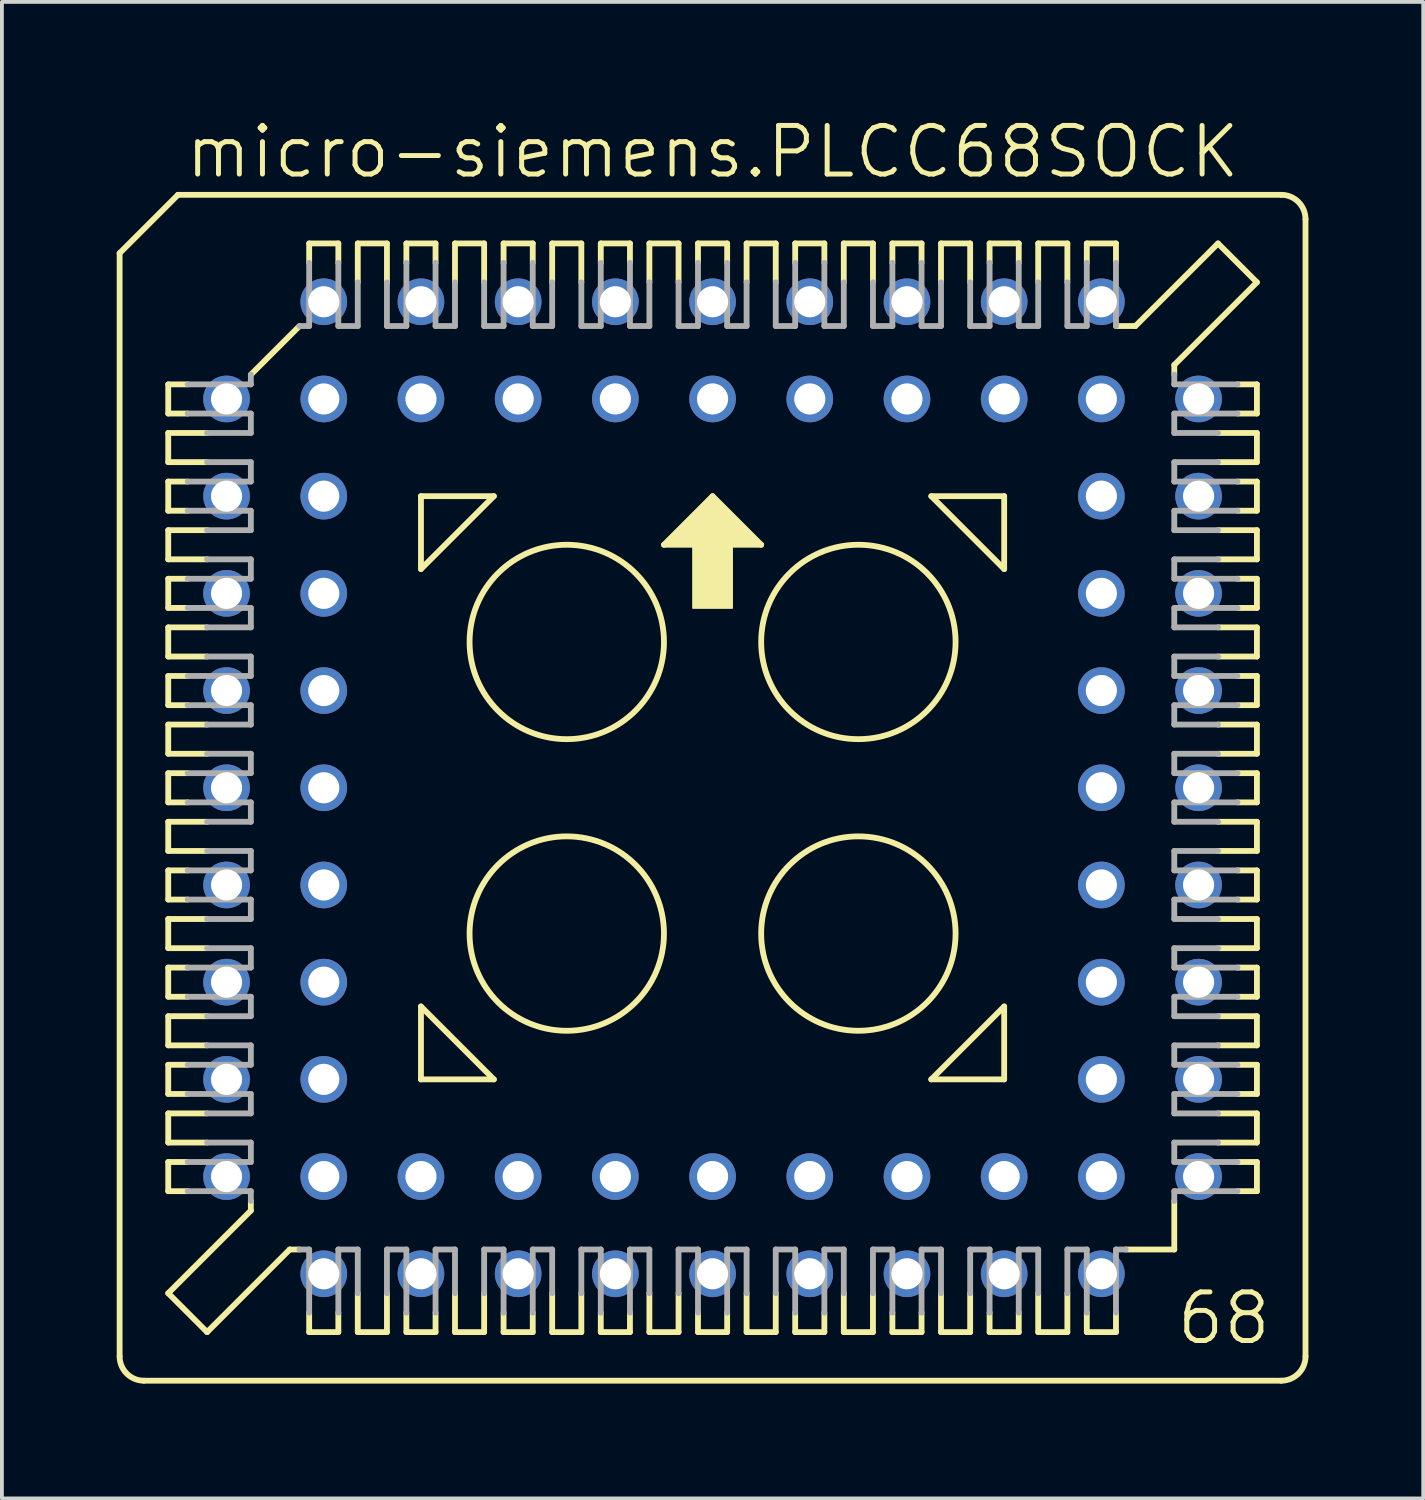
<source format=kicad_pcb>
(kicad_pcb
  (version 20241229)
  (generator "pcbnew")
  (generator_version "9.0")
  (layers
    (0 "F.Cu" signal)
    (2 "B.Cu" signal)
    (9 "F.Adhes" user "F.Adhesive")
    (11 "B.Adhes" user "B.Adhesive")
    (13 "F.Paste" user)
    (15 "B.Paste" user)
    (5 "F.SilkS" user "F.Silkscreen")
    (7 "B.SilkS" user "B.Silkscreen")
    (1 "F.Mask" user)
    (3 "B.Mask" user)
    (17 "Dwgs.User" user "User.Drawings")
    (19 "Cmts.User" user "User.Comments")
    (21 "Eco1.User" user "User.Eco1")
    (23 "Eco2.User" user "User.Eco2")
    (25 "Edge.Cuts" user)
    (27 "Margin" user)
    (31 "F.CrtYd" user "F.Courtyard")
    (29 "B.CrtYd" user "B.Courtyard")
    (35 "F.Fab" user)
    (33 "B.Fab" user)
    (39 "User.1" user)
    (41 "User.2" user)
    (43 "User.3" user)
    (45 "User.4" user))
  (footprint "micro-siemens.PLCC68SOCK"
    (layer "F.Cu")
    (at 15.57 17.535)
    (property "Reference" "micro-siemens.PLCC68SOCK" (at -13.843 -15.875 0) (layer "F.SilkS") (effects (font (size 1.27 1.27) (thickness 0.13)) (justify left bottom)))
    (attr through_hole)
    (fp_line (start -15.494 -13.97) (end -15.494 14.859) (stroke (width 0.152) (type default)) (layer "F.SilkS"))
    (fp_line (start -14.224 -10.541) (end -14.224 -9.779) (stroke (width 0.152) (type default)) (layer "F.SilkS"))
    (fp_line (start -14.224 -9.779) (end -13.716 -9.779) (stroke (width 0.152) (type default)) (layer "F.SilkS"))
    (fp_line (start -14.224 -9.271) (end -14.224 -8.509) (stroke (width 0.152) (type default)) (layer "F.SilkS"))
    (fp_line (start -14.224 -8.509) (end -13.208 -8.509) (stroke (width 0.152) (type default)) (layer "F.SilkS"))
    (fp_line (start -14.224 -8.001) (end -13.716 -8.001) (stroke (width 0.152) (type default)) (layer "F.SilkS"))
    (fp_line (start -14.224 -7.239) (end -14.224 -8.001) (stroke (width 0.152) (type default)) (layer "F.SilkS"))
    (fp_line (start -14.224 -6.731) (end -14.224 -5.969) (stroke (width 0.152) (type default)) (layer "F.SilkS"))
    (fp_line (start -14.224 -5.969) (end -13.208 -5.969) (stroke (width 0.152) (type default)) (layer "F.SilkS"))
    (fp_line (start -14.224 -5.461) (end -14.224 -4.699) (stroke (width 0.152) (type default)) (layer "F.SilkS"))
    (fp_line (start -14.224 -4.699) (end -13.716 -4.699) (stroke (width 0.152) (type default)) (layer "F.SilkS"))
    (fp_line (start -14.224 -4.191) (end -14.224 -3.429) (stroke (width 0.152) (type default)) (layer "F.SilkS"))
    (fp_line (start -14.224 -3.429) (end -13.208 -3.429) (stroke (width 0.152) (type default)) (layer "F.SilkS"))
    (fp_line (start -14.224 -2.921) (end -14.224 -2.159) (stroke (width 0.152) (type default)) (layer "F.SilkS"))
    (fp_line (start -14.224 -2.159) (end -13.716 -2.159) (stroke (width 0.152) (type default)) (layer "F.SilkS"))
    (fp_line (start -14.224 -1.651) (end -13.208 -1.651) (stroke (width 0.152) (type default)) (layer "F.SilkS"))
    (fp_line (start -14.224 -0.889) (end -14.224 -1.651) (stroke (width 0.152) (type default)) (layer "F.SilkS"))
    (fp_line (start -14.224 -0.381) (end -13.716 -0.381) (stroke (width 0.152) (type default)) (layer "F.SilkS"))
    (fp_line (start -14.224 0.381) (end -14.224 -0.381) (stroke (width 0.152) (type default)) (layer "F.SilkS"))
    (fp_line (start -14.224 0.889) (end -13.208 0.889) (stroke (width 0.152) (type default)) (layer "F.SilkS"))
    (fp_line (start -14.224 1.651) (end -14.224 0.889) (stroke (width 0.152) (type default)) (layer "F.SilkS"))
    (fp_line (start -14.224 2.159) (end -13.716 2.159) (stroke (width 0.152) (type default)) (layer "F.SilkS"))
    (fp_line (start -14.224 2.921) (end -14.224 2.159) (stroke (width 0.152) (type default)) (layer "F.SilkS"))
    (fp_line (start -14.224 3.429) (end -13.208 3.429) (stroke (width 0.152) (type default)) (layer "F.SilkS"))
    (fp_line (start -14.224 4.191) (end -14.224 3.429) (stroke (width 0.152) (type default)) (layer "F.SilkS"))
    (fp_line (start -14.224 4.699) (end -13.716 4.699) (stroke (width 0.152) (type default)) (layer "F.SilkS"))
    (fp_line (start -14.224 5.461) (end -14.224 4.699) (stroke (width 0.152) (type default)) (layer "F.SilkS"))
    (fp_line (start -14.224 5.969) (end -14.224 6.731) (stroke (width 0.152) (type default)) (layer "F.SilkS"))
    (fp_line (start -14.224 6.731) (end -13.208 6.731) (stroke (width 0.152) (type default)) (layer "F.SilkS"))
    (fp_line (start -14.224 7.239) (end -14.224 8.001) (stroke (width 0.152) (type default)) (layer "F.SilkS"))
    (fp_line (start -14.224 8.001) (end -13.716 8.001) (stroke (width 0.152) (type default)) (layer "F.SilkS"))
    (fp_line (start -14.224 8.509) (end -14.224 9.271) (stroke (width 0.152) (type default)) (layer "F.SilkS"))
    (fp_line (start -14.224 9.271) (end -13.208 9.271) (stroke (width 0.152) (type default)) (layer "F.SilkS"))
    (fp_line (start -14.224 9.779) (end -13.716 9.779) (stroke (width 0.152) (type default)) (layer "F.SilkS"))
    (fp_line (start -14.224 10.541) (end -14.224 9.779) (stroke (width 0.152) (type default)) (layer "F.SilkS"))
    (fp_line (start -14.224 13.208) (end -12.065 11.049) (stroke (width 0.152) (type default)) (layer "F.SilkS"))
    (fp_line (start -13.97 -15.494) (end -15.494 -13.97) (stroke (width 0.152) (type default)) (layer "F.SilkS"))
    (fp_line (start -13.716 -10.541) (end -14.224 -10.541) (stroke (width 0.152) (type default)) (layer "F.SilkS"))
    (fp_line (start -13.716 -7.239) (end -14.224 -7.239) (stroke (width 0.152) (type default)) (layer "F.SilkS"))
    (fp_line (start -13.716 -5.461) (end -14.224 -5.461) (stroke (width 0.152) (type default)) (layer "F.SilkS"))
    (fp_line (start -13.716 -2.921) (end -14.224 -2.921) (stroke (width 0.152) (type default)) (layer "F.SilkS"))
    (fp_line (start -13.716 0.381) (end -14.224 0.381) (stroke (width 0.152) (type default)) (layer "F.SilkS"))
    (fp_line (start -13.716 2.921) (end -14.224 2.921) (stroke (width 0.152) (type default)) (layer "F.SilkS"))
    (fp_line (start -13.716 5.461) (end -14.224 5.461) (stroke (width 0.152) (type default)) (layer "F.SilkS"))
    (fp_line (start -13.716 7.239) (end -14.224 7.239) (stroke (width 0.152) (type default)) (layer "F.SilkS"))
    (fp_line (start -13.716 10.541) (end -14.224 10.541) (stroke (width 0.152) (type default)) (layer "F.SilkS"))
    (fp_line (start -13.208 -9.271) (end -14.224 -9.271) (stroke (width 0.152) (type default)) (layer "F.SilkS"))
    (fp_line (start -13.208 -6.731) (end -14.224 -6.731) (stroke (width 0.152) (type default)) (layer "F.SilkS"))
    (fp_line (start -13.208 -4.191) (end -14.224 -4.191) (stroke (width 0.152) (type default)) (layer "F.SilkS"))
    (fp_line (start -13.208 -0.889) (end -14.224 -0.889) (stroke (width 0.152) (type default)) (layer "F.SilkS"))
    (fp_line (start -13.208 1.651) (end -14.224 1.651) (stroke (width 0.152) (type default)) (layer "F.SilkS"))
    (fp_line (start -13.208 4.191) (end -14.224 4.191) (stroke (width 0.152) (type default)) (layer "F.SilkS"))
    (fp_line (start -13.208 5.969) (end -14.224 5.969) (stroke (width 0.152) (type default)) (layer "F.SilkS"))
    (fp_line (start -13.208 8.509) (end -14.224 8.509) (stroke (width 0.152) (type default)) (layer "F.SilkS"))
    (fp_line (start -13.208 14.224) (end -14.224 13.208) (stroke (width 0.152) (type default)) (layer "F.SilkS"))
    (fp_line (start -13.208 14.224) (end -11.049 12.065) (stroke (width 0.152) (type default)) (layer "F.SilkS"))
    (fp_line (start -12.065 -10.795) (end -10.795 -12.065) (stroke (width 0.152) (type default)) (layer "F.SilkS"))
    (fp_line (start -12.065 11.049) (end -12.065 10.795) (stroke (width 0.152) (type default)) (layer "F.SilkS"))
    (fp_line (start -11.049 12.065) (end -10.795 12.065) (stroke (width 0.152) (type default)) (layer "F.SilkS"))
    (fp_line (start -10.541 -14.224) (end -10.541 -13.716) (stroke (width 0.152) (type default)) (layer "F.SilkS"))
    (fp_line (start -10.541 13.716) (end -10.541 14.224) (stroke (width 0.152) (type default)) (layer "F.SilkS"))
    (fp_line (start -10.541 14.224) (end -9.779 14.224) (stroke (width 0.152) (type default)) (layer "F.SilkS"))
    (fp_line (start -9.779 -14.224) (end -10.541 -14.224) (stroke (width 0.152) (type default)) (layer "F.SilkS"))
    (fp_line (start -9.779 -13.716) (end -9.779 -14.224) (stroke (width 0.152) (type default)) (layer "F.SilkS"))
    (fp_line (start -9.779 14.224) (end -9.779 13.716) (stroke (width 0.152) (type default)) (layer "F.SilkS"))
    (fp_line (start -9.271 -14.224) (end -9.271 -13.208) (stroke (width 0.152) (type default)) (layer "F.SilkS"))
    (fp_line (start -9.271 13.208) (end -9.271 14.224) (stroke (width 0.152) (type default)) (layer "F.SilkS"))
    (fp_line (start -9.271 14.224) (end -8.509 14.224) (stroke (width 0.152) (type default)) (layer "F.SilkS"))
    (fp_line (start -8.509 -14.224) (end -9.271 -14.224) (stroke (width 0.152) (type default)) (layer "F.SilkS"))
    (fp_line (start -8.509 -13.208) (end -8.509 -14.224) (stroke (width 0.152) (type default)) (layer "F.SilkS"))
    (fp_line (start -8.509 14.224) (end -8.509 13.208) (stroke (width 0.152) (type default)) (layer "F.SilkS"))
    (fp_line (start -8.001 -14.224) (end -8.001 -13.716) (stroke (width 0.152) (type default)) (layer "F.SilkS"))
    (fp_line (start -8.001 14.224) (end -8.001 13.716) (stroke (width 0.152) (type default)) (layer "F.SilkS"))
    (fp_line (start -7.62 -7.62) (end -5.715 -7.62) (stroke (width 0.152) (type default)) (layer "F.SilkS"))
    (fp_line (start -7.62 -5.715) (end -7.62 -7.62) (stroke (width 0.152) (type default)) (layer "F.SilkS"))
    (fp_line (start -7.62 5.715) (end -5.715 7.62) (stroke (width 0.152) (type default)) (layer "F.SilkS"))
    (fp_line (start -7.62 7.62) (end -7.62 5.715) (stroke (width 0.152) (type default)) (layer "F.SilkS"))
    (fp_line (start -7.239 -14.224) (end -8.001 -14.224) (stroke (width 0.152) (type default)) (layer "F.SilkS"))
    (fp_line (start -7.239 -13.716) (end -7.239 -14.224) (stroke (width 0.152) (type default)) (layer "F.SilkS"))
    (fp_line (start -7.239 13.716) (end -7.239 14.224) (stroke (width 0.152) (type default)) (layer "F.SilkS"))
    (fp_line (start -7.239 14.224) (end -8.001 14.224) (stroke (width 0.152) (type default)) (layer "F.SilkS"))
    (fp_line (start -6.731 -14.224) (end -6.731 -13.208) (stroke (width 0.152) (type default)) (layer "F.SilkS"))
    (fp_line (start -6.731 13.208) (end -6.731 14.224) (stroke (width 0.152) (type default)) (layer "F.SilkS"))
    (fp_line (start -6.731 14.224) (end -5.969 14.224) (stroke (width 0.152) (type default)) (layer "F.SilkS"))
    (fp_line (start -5.969 -14.224) (end -6.731 -14.224) (stroke (width 0.152) (type default)) (layer "F.SilkS"))
    (fp_line (start -5.969 -13.208) (end -5.969 -14.224) (stroke (width 0.152) (type default)) (layer "F.SilkS"))
    (fp_line (start -5.969 14.224) (end -5.969 13.208) (stroke (width 0.152) (type default)) (layer "F.SilkS"))
    (fp_line (start -5.715 -7.62) (end -7.62 -5.715) (stroke (width 0.152) (type default)) (layer "F.SilkS"))
    (fp_line (start -5.715 7.62) (end -7.62 7.62) (stroke (width 0.152) (type default)) (layer "F.SilkS"))
    (fp_line (start -5.461 -14.224) (end -5.461 -13.716) (stroke (width 0.152) (type default)) (layer "F.SilkS"))
    (fp_line (start -5.461 13.716) (end -5.461 14.224) (stroke (width 0.152) (type default)) (layer "F.SilkS"))
    (fp_line (start -5.461 14.224) (end -4.699 14.224) (stroke (width 0.152) (type default)) (layer "F.SilkS"))
    (fp_line (start -4.699 -14.224) (end -5.461 -14.224) (stroke (width 0.152) (type default)) (layer "F.SilkS"))
    (fp_line (start -4.699 -13.716) (end -4.699 -14.224) (stroke (width 0.152) (type default)) (layer "F.SilkS"))
    (fp_line (start -4.699 14.224) (end -4.699 13.716) (stroke (width 0.152) (type default)) (layer "F.SilkS"))
    (fp_line (start -4.191 -14.224) (end -4.191 -13.208) (stroke (width 0.152) (type default)) (layer "F.SilkS"))
    (fp_line (start -4.191 13.208) (end -4.191 14.224) (stroke (width 0.152) (type default)) (layer "F.SilkS"))
    (fp_line (start -4.191 14.224) (end -3.429 14.224) (stroke (width 0.152) (type default)) (layer "F.SilkS"))
    (fp_line (start -3.429 -14.224) (end -4.191 -14.224) (stroke (width 0.152) (type default)) (layer "F.SilkS"))
    (fp_line (start -3.429 -13.208) (end -3.429 -14.224) (stroke (width 0.152) (type default)) (layer "F.SilkS"))
    (fp_line (start -3.429 14.224) (end -3.429 13.208) (stroke (width 0.152) (type default)) (layer "F.SilkS"))
    (fp_line (start -2.921 -14.224) (end -2.921 -13.716) (stroke (width 0.152) (type default)) (layer "F.SilkS"))
    (fp_line (start -2.921 13.716) (end -2.921 14.224) (stroke (width 0.152) (type default)) (layer "F.SilkS"))
    (fp_line (start -2.921 14.224) (end -2.159 14.224) (stroke (width 0.152) (type default)) (layer "F.SilkS"))
    (fp_line (start -2.159 -14.224) (end -2.921 -14.224) (stroke (width 0.152) (type default)) (layer "F.SilkS"))
    (fp_line (start -2.159 -13.716) (end -2.159 -14.224) (stroke (width 0.152) (type default)) (layer "F.SilkS"))
    (fp_line (start -2.159 14.224) (end -2.159 13.716) (stroke (width 0.152) (type default)) (layer "F.SilkS"))
    (fp_line (start -1.651 -14.224) (end -1.651 -13.208) (stroke (width 0.152) (type default)) (layer "F.SilkS"))
    (fp_line (start -1.651 13.208) (end -1.651 14.224) (stroke (width 0.152) (type default)) (layer "F.SilkS"))
    (fp_line (start -1.651 14.224) (end -0.889 14.224) (stroke (width 0.152) (type default)) (layer "F.SilkS"))
    (fp_line (start -1.27 -6.35) (end 1.27 -6.35) (stroke (width 0.152) (type default)) (layer "F.SilkS"))
    (fp_line (start -0.889 -14.224) (end -1.651 -14.224) (stroke (width 0.152) (type default)) (layer "F.SilkS"))
    (fp_line (start -0.889 -13.208) (end -0.889 -14.224) (stroke (width 0.152) (type default)) (layer "F.SilkS"))
    (fp_line (start -0.889 14.224) (end -0.889 13.208) (stroke (width 0.152) (type default)) (layer "F.SilkS"))
    (fp_line (start -0.381 -14.224) (end -0.381 -13.716) (stroke (width 0.152) (type default)) (layer "F.SilkS"))
    (fp_line (start -0.381 13.716) (end -0.381 14.224) (stroke (width 0.152) (type default)) (layer "F.SilkS"))
    (fp_line (start -0.381 14.224) (end 0.381 14.224) (stroke (width 0.152) (type default)) (layer "F.SilkS"))
    (fp_line (start 0 -7.62) (end -1.27 -6.35) (stroke (width 0.152) (type default)) (layer "F.SilkS"))
    (fp_line (start 0.381 -14.224) (end -0.381 -14.224) (stroke (width 0.152) (type default)) (layer "F.SilkS"))
    (fp_line (start 0.381 -13.716) (end 0.381 -14.224) (stroke (width 0.152) (type default)) (layer "F.SilkS"))
    (fp_line (start 0.381 14.224) (end 0.381 13.716) (stroke (width 0.152) (type default)) (layer "F.SilkS"))
    (fp_line (start 0.889 -14.224) (end 0.889 -13.208) (stroke (width 0.152) (type default)) (layer "F.SilkS"))
    (fp_line (start 0.889 13.208) (end 0.889 14.224) (stroke (width 0.152) (type default)) (layer "F.SilkS"))
    (fp_line (start 0.889 14.224) (end 1.651 14.224) (stroke (width 0.152) (type default)) (layer "F.SilkS"))
    (fp_line (start 1.27 -6.35) (end 0 -7.62) (stroke (width 0.152) (type default)) (layer "F.SilkS"))
    (fp_line (start 1.651 -14.224) (end 0.889 -14.224) (stroke (width 0.152) (type default)) (layer "F.SilkS"))
    (fp_line (start 1.651 -13.208) (end 1.651 -14.224) (stroke (width 0.152) (type default)) (layer "F.SilkS"))
    (fp_line (start 1.651 14.224) (end 1.651 13.208) (stroke (width 0.152) (type default)) (layer "F.SilkS"))
    (fp_line (start 2.159 -14.224) (end 2.159 -13.716) (stroke (width 0.152) (type default)) (layer "F.SilkS"))
    (fp_line (start 2.159 13.716) (end 2.159 14.224) (stroke (width 0.152) (type default)) (layer "F.SilkS"))
    (fp_line (start 2.159 14.224) (end 2.921 14.224) (stroke (width 0.152) (type default)) (layer "F.SilkS"))
    (fp_line (start 2.921 -14.224) (end 2.159 -14.224) (stroke (width 0.152) (type default)) (layer "F.SilkS"))
    (fp_line (start 2.921 -13.716) (end 2.921 -14.224) (stroke (width 0.152) (type default)) (layer "F.SilkS"))
    (fp_line (start 2.921 14.224) (end 2.921 13.716) (stroke (width 0.152) (type default)) (layer "F.SilkS"))
    (fp_line (start 3.429 -14.224) (end 3.429 -13.208) (stroke (width 0.152) (type default)) (layer "F.SilkS"))
    (fp_line (start 3.429 13.208) (end 3.429 14.224) (stroke (width 0.152) (type default)) (layer "F.SilkS"))
    (fp_line (start 3.429 14.224) (end 4.191 14.224) (stroke (width 0.152) (type default)) (layer "F.SilkS"))
    (fp_line (start 4.191 -14.224) (end 3.429 -14.224) (stroke (width 0.152) (type default)) (layer "F.SilkS"))
    (fp_line (start 4.191 -13.208) (end 4.191 -14.224) (stroke (width 0.152) (type default)) (layer "F.SilkS"))
    (fp_line (start 4.191 14.224) (end 4.191 13.208) (stroke (width 0.152) (type default)) (layer "F.SilkS"))
    (fp_line (start 4.699 -14.224) (end 4.699 -13.716) (stroke (width 0.152) (type default)) (layer "F.SilkS"))
    (fp_line (start 4.699 13.716) (end 4.699 14.224) (stroke (width 0.152) (type default)) (layer "F.SilkS"))
    (fp_line (start 4.699 14.224) (end 5.461 14.224) (stroke (width 0.152) (type default)) (layer "F.SilkS"))
    (fp_line (start 5.461 -14.224) (end 4.699 -14.224) (stroke (width 0.152) (type default)) (layer "F.SilkS"))
    (fp_line (start 5.461 -13.716) (end 5.461 -14.224) (stroke (width 0.152) (type default)) (layer "F.SilkS"))
    (fp_line (start 5.461 14.224) (end 5.461 13.716) (stroke (width 0.152) (type default)) (layer "F.SilkS"))
    (fp_line (start 5.715 -7.62) (end 7.62 -7.62) (stroke (width 0.152) (type default)) (layer "F.SilkS"))
    (fp_line (start 5.715 7.62) (end 7.62 7.62) (stroke (width 0.152) (type default)) (layer "F.SilkS"))
    (fp_line (start 5.969 -14.224) (end 5.969 -13.208) (stroke (width 0.152) (type default)) (layer "F.SilkS"))
    (fp_line (start 5.969 13.208) (end 5.969 14.224) (stroke (width 0.152) (type default)) (layer "F.SilkS"))
    (fp_line (start 5.969 14.224) (end 6.731 14.224) (stroke (width 0.152) (type default)) (layer "F.SilkS"))
    (fp_line (start 6.731 -14.224) (end 5.969 -14.224) (stroke (width 0.152) (type default)) (layer "F.SilkS"))
    (fp_line (start 6.731 -13.208) (end 6.731 -14.224) (stroke (width 0.152) (type default)) (layer "F.SilkS"))
    (fp_line (start 6.731 14.224) (end 6.731 13.208) (stroke (width 0.152) (type default)) (layer "F.SilkS"))
    (fp_line (start 7.239 -14.224) (end 8.001 -14.224) (stroke (width 0.152) (type default)) (layer "F.SilkS"))
    (fp_line (start 7.239 -13.716) (end 7.239 -14.224) (stroke (width 0.152) (type default)) (layer "F.SilkS"))
    (fp_line (start 7.239 13.716) (end 7.239 14.224) (stroke (width 0.152) (type default)) (layer "F.SilkS"))
    (fp_line (start 7.239 14.224) (end 8.001 14.224) (stroke (width 0.152) (type default)) (layer "F.SilkS"))
    (fp_line (start 7.62 -7.62) (end 7.62 -5.715) (stroke (width 0.152) (type default)) (layer "F.SilkS"))
    (fp_line (start 7.62 -5.715) (end 5.715 -7.62) (stroke (width 0.152) (type default)) (layer "F.SilkS"))
    (fp_line (start 7.62 5.715) (end 5.715 7.62) (stroke (width 0.152) (type default)) (layer "F.SilkS"))
    (fp_line (start 7.62 7.62) (end 7.62 5.715) (stroke (width 0.152) (type default)) (layer "F.SilkS"))
    (fp_line (start 8.001 -14.224) (end 8.001 -13.716) (stroke (width 0.152) (type default)) (layer "F.SilkS"))
    (fp_line (start 8.001 14.224) (end 8.001 13.716) (stroke (width 0.152) (type default)) (layer "F.SilkS"))
    (fp_line (start 8.509 -14.224) (end 8.509 -13.208) (stroke (width 0.152) (type default)) (layer "F.SilkS"))
    (fp_line (start 8.509 13.208) (end 8.509 14.224) (stroke (width 0.152) (type default)) (layer "F.SilkS"))
    (fp_line (start 8.509 14.224) (end 9.271 14.224) (stroke (width 0.152) (type default)) (layer "F.SilkS"))
    (fp_line (start 9.271 -14.224) (end 8.509 -14.224) (stroke (width 0.152) (type default)) (layer "F.SilkS"))
    (fp_line (start 9.271 -13.208) (end 9.271 -14.224) (stroke (width 0.152) (type default)) (layer "F.SilkS"))
    (fp_line (start 9.271 14.224) (end 9.271 13.208) (stroke (width 0.152) (type default)) (layer "F.SilkS"))
    (fp_line (start 9.779 -14.224) (end 9.779 -13.716) (stroke (width 0.152) (type default)) (layer "F.SilkS"))
    (fp_line (start 9.779 13.716) (end 9.779 14.224) (stroke (width 0.152) (type default)) (layer "F.SilkS"))
    (fp_line (start 9.779 14.224) (end 10.541 14.224) (stroke (width 0.152) (type default)) (layer "F.SilkS"))
    (fp_line (start 10.541 -14.224) (end 9.779 -14.224) (stroke (width 0.152) (type default)) (layer "F.SilkS"))
    (fp_line (start 10.541 -13.716) (end 10.541 -14.224) (stroke (width 0.152) (type default)) (layer "F.SilkS"))
    (fp_line (start 10.541 14.224) (end 10.541 13.716) (stroke (width 0.152) (type default)) (layer "F.SilkS"))
    (fp_line (start 10.795 12.065) (end 12.065 12.065) (stroke (width 0.152) (type default)) (layer "F.SilkS"))
    (fp_line (start 11.049 -12.065) (end 10.541 -12.065) (stroke (width 0.152) (type default)) (layer "F.SilkS"))
    (fp_line (start 12.065 -11.049) (end 12.065 -10.795) (stroke (width 0.152) (type default)) (layer "F.SilkS"))
    (fp_line (start 12.065 12.065) (end 12.065 10.795) (stroke (width 0.152) (type default)) (layer "F.SilkS"))
    (fp_line (start 13.208 -14.224) (end 11.049 -12.065) (stroke (width 0.152) (type default)) (layer "F.SilkS"))
    (fp_line (start 13.208 -8.509) (end 14.224 -8.509) (stroke (width 0.152) (type default)) (layer "F.SilkS"))
    (fp_line (start 13.208 -5.969) (end 14.224 -5.969) (stroke (width 0.152) (type default)) (layer "F.SilkS"))
    (fp_line (start 13.208 -4.191) (end 14.224 -4.191) (stroke (width 0.152) (type default)) (layer "F.SilkS"))
    (fp_line (start 13.208 -1.651) (end 14.224 -1.651) (stroke (width 0.152) (type default)) (layer "F.SilkS"))
    (fp_line (start 13.208 0.889) (end 14.224 0.889) (stroke (width 0.152) (type default)) (layer "F.SilkS"))
    (fp_line (start 13.208 4.191) (end 14.224 4.191) (stroke (width 0.152) (type default)) (layer "F.SilkS"))
    (fp_line (start 13.208 6.731) (end 14.224 6.731) (stroke (width 0.152) (type default)) (layer "F.SilkS"))
    (fp_line (start 13.208 9.271) (end 14.224 9.271) (stroke (width 0.152) (type default)) (layer "F.SilkS"))
    (fp_line (start 13.716 -10.541) (end 14.224 -10.541) (stroke (width 0.152) (type default)) (layer "F.SilkS"))
    (fp_line (start 13.716 -7.239) (end 14.224 -7.239) (stroke (width 0.152) (type default)) (layer "F.SilkS"))
    (fp_line (start 13.716 -5.461) (end 14.224 -5.461) (stroke (width 0.152) (type default)) (layer "F.SilkS"))
    (fp_line (start 13.716 -2.921) (end 14.224 -2.921) (stroke (width 0.152) (type default)) (layer "F.SilkS"))
    (fp_line (start 13.716 -0.381) (end 14.224 -0.381) (stroke (width 0.152) (type default)) (layer "F.SilkS"))
    (fp_line (start 13.716 2.921) (end 14.224 2.921) (stroke (width 0.152) (type default)) (layer "F.SilkS"))
    (fp_line (start 13.716 5.461) (end 14.224 5.461) (stroke (width 0.152) (type default)) (layer "F.SilkS"))
    (fp_line (start 13.716 7.239) (end 14.224 7.239) (stroke (width 0.152) (type default)) (layer "F.SilkS"))
    (fp_line (start 13.716 10.541) (end 14.224 10.541) (stroke (width 0.152) (type default)) (layer "F.SilkS"))
    (fp_line (start 14.224 -13.208) (end 12.065 -11.049) (stroke (width 0.152) (type default)) (layer "F.SilkS"))
    (fp_line (start 14.224 -13.208) (end 13.208 -14.224) (stroke (width 0.152) (type default)) (layer "F.SilkS"))
    (fp_line (start 14.224 -10.541) (end 14.224 -9.779) (stroke (width 0.152) (type default)) (layer "F.SilkS"))
    (fp_line (start 14.224 -9.779) (end 13.716 -9.779) (stroke (width 0.152) (type default)) (layer "F.SilkS"))
    (fp_line (start 14.224 -9.271) (end 13.208 -9.271) (stroke (width 0.152) (type default)) (layer "F.SilkS"))
    (fp_line (start 14.224 -8.509) (end 14.224 -9.271) (stroke (width 0.152) (type default)) (layer "F.SilkS"))
    (fp_line (start 14.224 -8.001) (end 13.716 -8.001) (stroke (width 0.152) (type default)) (layer "F.SilkS"))
    (fp_line (start 14.224 -7.239) (end 14.224 -8.001) (stroke (width 0.152) (type default)) (layer "F.SilkS"))
    (fp_line (start 14.224 -6.731) (end 13.208 -6.731) (stroke (width 0.152) (type default)) (layer "F.SilkS"))
    (fp_line (start 14.224 -5.969) (end 14.224 -6.731) (stroke (width 0.152) (type default)) (layer "F.SilkS"))
    (fp_line (start 14.224 -5.461) (end 14.224 -4.699) (stroke (width 0.152) (type default)) (layer "F.SilkS"))
    (fp_line (start 14.224 -4.699) (end 13.716 -4.699) (stroke (width 0.152) (type default)) (layer "F.SilkS"))
    (fp_line (start 14.224 -4.191) (end 14.224 -3.429) (stroke (width 0.152) (type default)) (layer "F.SilkS"))
    (fp_line (start 14.224 -3.429) (end 13.208 -3.429) (stroke (width 0.152) (type default)) (layer "F.SilkS"))
    (fp_line (start 14.224 -2.921) (end 14.224 -2.159) (stroke (width 0.152) (type default)) (layer "F.SilkS"))
    (fp_line (start 14.224 -2.159) (end 13.716 -2.159) (stroke (width 0.152) (type default)) (layer "F.SilkS"))
    (fp_line (start 14.224 -1.651) (end 14.224 -0.889) (stroke (width 0.152) (type default)) (layer "F.SilkS"))
    (fp_line (start 14.224 -0.889) (end 13.208 -0.889) (stroke (width 0.152) (type default)) (layer "F.SilkS"))
    (fp_line (start 14.224 -0.381) (end 14.224 0.381) (stroke (width 0.152) (type default)) (layer "F.SilkS"))
    (fp_line (start 14.224 0.381) (end 13.716 0.381) (stroke (width 0.152) (type default)) (layer "F.SilkS"))
    (fp_line (start 14.224 0.889) (end 14.224 1.651) (stroke (width 0.152) (type default)) (layer "F.SilkS"))
    (fp_line (start 14.224 1.651) (end 13.208 1.651) (stroke (width 0.152) (type default)) (layer "F.SilkS"))
    (fp_line (start 14.224 2.159) (end 13.716 2.159) (stroke (width 0.152) (type default)) (layer "F.SilkS"))
    (fp_line (start 14.224 2.921) (end 14.224 2.159) (stroke (width 0.152) (type default)) (layer "F.SilkS"))
    (fp_line (start 14.224 3.429) (end 13.208 3.429) (stroke (width 0.152) (type default)) (layer "F.SilkS"))
    (fp_line (start 14.224 4.191) (end 14.224 3.429) (stroke (width 0.152) (type default)) (layer "F.SilkS"))
    (fp_line (start 14.224 4.699) (end 13.716 4.699) (stroke (width 0.152) (type default)) (layer "F.SilkS"))
    (fp_line (start 14.224 5.461) (end 14.224 4.699) (stroke (width 0.152) (type default)) (layer "F.SilkS"))
    (fp_line (start 14.224 5.969) (end 13.208 5.969) (stroke (width 0.152) (type default)) (layer "F.SilkS"))
    (fp_line (start 14.224 6.731) (end 14.224 5.969) (stroke (width 0.152) (type default)) (layer "F.SilkS"))
    (fp_line (start 14.224 7.239) (end 14.224 8.001) (stroke (width 0.152) (type default)) (layer "F.SilkS"))
    (fp_line (start 14.224 8.001) (end 13.716 8.001) (stroke (width 0.152) (type default)) (layer "F.SilkS"))
    (fp_line (start 14.224 8.509) (end 13.208 8.509) (stroke (width 0.152) (type default)) (layer "F.SilkS"))
    (fp_line (start 14.224 9.271) (end 14.224 8.509) (stroke (width 0.152) (type default)) (layer "F.SilkS"))
    (fp_line (start 14.224 9.779) (end 13.716 9.779) (stroke (width 0.152) (type default)) (layer "F.SilkS"))
    (fp_line (start 14.224 10.541) (end 14.224 9.779) (stroke (width 0.152) (type default)) (layer "F.SilkS"))
    (fp_line (start 14.859 -15.494) (end -13.97 -15.494) (stroke (width 0.152) (type default)) (layer "F.SilkS"))
    (fp_line (start 14.859 15.494) (end -14.859 15.494) (stroke (width 0.152) (type default)) (layer "F.SilkS"))
    (fp_line (start 15.494 -14.859) (end 15.494 14.859) (stroke (width 0.152) (type default)) (layer "F.SilkS"))
    (fp_rect (start -1.143 -6.35) (end -0.889 -6.477) (stroke (width 0.05) (type default)) (fill yes) (layer "F.SilkS"))
    (fp_rect (start -1.016 -6.477) (end -0.889 -6.604) (stroke (width 0.05) (type default)) (fill yes) (layer "F.SilkS"))
    (fp_rect (start -0.889 -6.35) (end 0.889 -6.731) (stroke (width 0.05) (type default)) (fill yes) (layer "F.SilkS"))
    (fp_rect (start -0.762 -6.731) (end -0.635 -6.858) (stroke (width 0.05) (type default)) (fill yes) (layer "F.SilkS"))
    (fp_rect (start -0.635 -6.731) (end 0.635 -6.985) (stroke (width 0.05) (type default)) (fill yes) (layer "F.SilkS"))
    (fp_rect (start -0.508 -6.985) (end -0.381 -7.112) (stroke (width 0.05) (type default)) (fill yes) (layer "F.SilkS"))
    (fp_rect (start -0.508 -4.699) (end 0.508 -6.604) (stroke (width 0.05) (type default)) (fill yes) (layer "F.SilkS"))
    (fp_rect (start -0.381 -6.985) (end 0.381 -7.239) (stroke (width 0.05) (type default)) (fill yes) (layer "F.SilkS"))
    (fp_rect (start -0.254 -7.239) (end -0.127 -7.366) (stroke (width 0.05) (type default)) (fill yes) (layer "F.SilkS"))
    (fp_rect (start -0.127 -7.239) (end 0.127 -7.493) (stroke (width 0.05) (type default)) (fill yes) (layer "F.SilkS"))
    (fp_rect (start 0.127 -7.239) (end 0.254 -7.366) (stroke (width 0.05) (type default)) (fill yes) (layer "F.SilkS"))
    (fp_rect (start 0.381 -6.985) (end 0.508 -7.112) (stroke (width 0.05) (type default)) (fill yes) (layer "F.SilkS"))
    (fp_rect (start 0.635 -6.731) (end 0.762 -6.858) (stroke (width 0.05) (type default)) (fill yes) (layer "F.SilkS"))
    (fp_rect (start 0.889 -6.477) (end 1.016 -6.604) (stroke (width 0.05) (type default)) (fill yes) (layer "F.SilkS"))
    (fp_rect (start 0.889 -6.35) (end 1.143 -6.477) (stroke (width 0.05) (type default)) (fill yes) (layer "F.SilkS"))
    (fp_arc (start -14.859 15.494) (mid -15.308013 15.308013) (end -15.494 14.859) (stroke (width 0.1524) (type default)) (layer "F.SilkS"))
    (fp_arc (start 14.859 -15.494) (mid 15.308013 -15.308013) (end 15.494 -14.859) (stroke (width 0.1524) (type default)) (layer "F.SilkS"))
    (fp_arc (start 15.494 14.859) (mid 15.308013 15.308013) (end 14.859 15.494) (stroke (width 0.1524) (type default)) (layer "F.SilkS"))
    (fp_circle (center -3.81 -3.81) (end -1.27 -3.81) (stroke (width 0.152) (type default)) (fill no) (layer "F.SilkS"))
    (fp_circle (center -3.81 3.81) (end -1.27 3.81) (stroke (width 0.152) (type default)) (fill no) (layer "F.SilkS"))
    (fp_circle (center 3.81 -3.81) (end 6.35 -3.81) (stroke (width 0.152) (type default)) (fill no) (layer "F.SilkS"))
    (fp_circle (center 3.81 3.81) (end 6.35 3.81) (stroke (width 0.152) (type default)) (fill no) (layer "F.SilkS"))
    (fp_line (start -13.716 -10.541) (end -12.065 -10.541) (stroke (width 0.152) (type default)) (layer "F.Fab"))
    (fp_line (start -13.716 -7.239) (end -12.065 -7.239) (stroke (width 0.152) (type default)) (layer "F.Fab"))
    (fp_line (start -13.716 -5.461) (end -12.065 -5.461) (stroke (width 0.152) (type default)) (layer "F.Fab"))
    (fp_line (start -13.716 -2.921) (end -12.065 -2.921) (stroke (width 0.152) (type default)) (layer "F.Fab"))
    (fp_line (start -13.716 0.381) (end -12.065 0.381) (stroke (width 0.152) (type default)) (layer "F.Fab"))
    (fp_line (start -13.716 2.921) (end -12.065 2.921) (stroke (width 0.152) (type default)) (layer "F.Fab"))
    (fp_line (start -13.716 5.461) (end -12.065 5.461) (stroke (width 0.152) (type default)) (layer "F.Fab"))
    (fp_line (start -13.716 7.239) (end -12.065 7.239) (stroke (width 0.152) (type default)) (layer "F.Fab"))
    (fp_line (start -13.716 9.779) (end -12.065 9.779) (stroke (width 0.152) (type default)) (layer "F.Fab"))
    (fp_line (start -13.716 10.541) (end -12.065 10.541) (stroke (width 0.152) (type default)) (layer "F.Fab"))
    (fp_line (start -13.208 -9.271) (end -12.065 -9.271) (stroke (width 0.152) (type default)) (layer "F.Fab"))
    (fp_line (start -13.208 -6.731) (end -12.065 -6.731) (stroke (width 0.152) (type default)) (layer "F.Fab"))
    (fp_line (start -13.208 -4.191) (end -12.065 -4.191) (stroke (width 0.152) (type default)) (layer "F.Fab"))
    (fp_line (start -13.208 -0.889) (end -12.065 -0.889) (stroke (width 0.152) (type default)) (layer "F.Fab"))
    (fp_line (start -13.208 1.651) (end -12.065 1.651) (stroke (width 0.152) (type default)) (layer "F.Fab"))
    (fp_line (start -13.208 4.191) (end -12.065 4.191) (stroke (width 0.152) (type default)) (layer "F.Fab"))
    (fp_line (start -13.208 5.969) (end -12.065 5.969) (stroke (width 0.152) (type default)) (layer "F.Fab"))
    (fp_line (start -13.208 8.509) (end -12.065 8.509) (stroke (width 0.152) (type default)) (layer "F.Fab"))
    (fp_line (start -12.065 -10.541) (end -12.065 -10.795) (stroke (width 0.152) (type default)) (layer "F.Fab"))
    (fp_line (start -12.065 -9.779) (end -13.716 -9.779) (stroke (width 0.152) (type default)) (layer "F.Fab"))
    (fp_line (start -12.065 -9.779) (end -12.065 -9.271) (stroke (width 0.152) (type default)) (layer "F.Fab"))
    (fp_line (start -12.065 -8.509) (end -13.208 -8.509) (stroke (width 0.152) (type default)) (layer "F.Fab"))
    (fp_line (start -12.065 -8.001) (end -13.716 -8.001) (stroke (width 0.152) (type default)) (layer "F.Fab"))
    (fp_line (start -12.065 -8.001) (end -12.065 -8.509) (stroke (width 0.152) (type default)) (layer "F.Fab"))
    (fp_line (start -12.065 -6.731) (end -12.065 -7.239) (stroke (width 0.152) (type default)) (layer "F.Fab"))
    (fp_line (start -12.065 -5.969) (end -13.208 -5.969) (stroke (width 0.152) (type default)) (layer "F.Fab"))
    (fp_line (start -12.065 -5.969) (end -12.065 -5.461) (stroke (width 0.152) (type default)) (layer "F.Fab"))
    (fp_line (start -12.065 -4.699) (end -13.716 -4.699) (stroke (width 0.152) (type default)) (layer "F.Fab"))
    (fp_line (start -12.065 -4.699) (end -12.065 -4.191) (stroke (width 0.152) (type default)) (layer "F.Fab"))
    (fp_line (start -12.065 -3.429) (end -13.208 -3.429) (stroke (width 0.152) (type default)) (layer "F.Fab"))
    (fp_line (start -12.065 -3.429) (end -12.065 -2.921) (stroke (width 0.152) (type default)) (layer "F.Fab"))
    (fp_line (start -12.065 -2.159) (end -13.716 -2.159) (stroke (width 0.152) (type default)) (layer "F.Fab"))
    (fp_line (start -12.065 -2.159) (end -12.065 -1.651) (stroke (width 0.152) (type default)) (layer "F.Fab"))
    (fp_line (start -12.065 -1.651) (end -13.208 -1.651) (stroke (width 0.152) (type default)) (layer "F.Fab"))
    (fp_line (start -12.065 -0.381) (end -13.716 -0.381) (stroke (width 0.152) (type default)) (layer "F.Fab"))
    (fp_line (start -12.065 -0.381) (end -12.065 -0.889) (stroke (width 0.152) (type default)) (layer "F.Fab"))
    (fp_line (start -12.065 0.889) (end -13.208 0.889) (stroke (width 0.152) (type default)) (layer "F.Fab"))
    (fp_line (start -12.065 0.889) (end -12.065 0.381) (stroke (width 0.152) (type default)) (layer "F.Fab"))
    (fp_line (start -12.065 2.159) (end -13.716 2.159) (stroke (width 0.152) (type default)) (layer "F.Fab"))
    (fp_line (start -12.065 2.159) (end -12.065 1.651) (stroke (width 0.152) (type default)) (layer "F.Fab"))
    (fp_line (start -12.065 3.429) (end -13.208 3.429) (stroke (width 0.152) (type default)) (layer "F.Fab"))
    (fp_line (start -12.065 3.429) (end -12.065 2.921) (stroke (width 0.152) (type default)) (layer "F.Fab"))
    (fp_line (start -12.065 4.699) (end -13.716 4.699) (stroke (width 0.152) (type default)) (layer "F.Fab"))
    (fp_line (start -12.065 4.699) (end -12.065 4.191) (stroke (width 0.152) (type default)) (layer "F.Fab"))
    (fp_line (start -12.065 5.461) (end -12.065 5.969) (stroke (width 0.152) (type default)) (layer "F.Fab"))
    (fp_line (start -12.065 6.731) (end -13.208 6.731) (stroke (width 0.152) (type default)) (layer "F.Fab"))
    (fp_line (start -12.065 6.731) (end -12.065 7.239) (stroke (width 0.152) (type default)) (layer "F.Fab"))
    (fp_line (start -12.065 8.001) (end -13.716 8.001) (stroke (width 0.152) (type default)) (layer "F.Fab"))
    (fp_line (start -12.065 8.001) (end -12.065 8.509) (stroke (width 0.152) (type default)) (layer "F.Fab"))
    (fp_line (start -12.065 9.271) (end -13.208 9.271) (stroke (width 0.152) (type default)) (layer "F.Fab"))
    (fp_line (start -12.065 9.271) (end -12.065 9.779) (stroke (width 0.152) (type default)) (layer "F.Fab"))
    (fp_line (start -12.065 10.541) (end -12.065 10.795) (stroke (width 0.152) (type default)) (layer "F.Fab"))
    (fp_line (start -10.795 -12.065) (end -10.541 -12.065) (stroke (width 0.152) (type default)) (layer "F.Fab"))
    (fp_line (start -10.541 -12.065) (end -10.541 -13.716) (stroke (width 0.152) (type default)) (layer "F.Fab"))
    (fp_line (start -10.541 12.065) (end -10.795 12.065) (stroke (width 0.152) (type default)) (layer "F.Fab"))
    (fp_line (start -10.541 13.716) (end -10.541 12.065) (stroke (width 0.152) (type default)) (layer "F.Fab"))
    (fp_line (start -9.779 -13.716) (end -9.779 -12.065) (stroke (width 0.152) (type default)) (layer "F.Fab"))
    (fp_line (start -9.779 12.065) (end -9.779 13.716) (stroke (width 0.152) (type default)) (layer "F.Fab"))
    (fp_line (start -9.779 12.065) (end -9.271 12.065) (stroke (width 0.152) (type default)) (layer "F.Fab"))
    (fp_line (start -9.271 -12.065) (end -9.779 -12.065) (stroke (width 0.152) (type default)) (layer "F.Fab"))
    (fp_line (start -9.271 -12.065) (end -9.271 -13.208) (stroke (width 0.152) (type default)) (layer "F.Fab"))
    (fp_line (start -9.271 13.208) (end -9.271 12.065) (stroke (width 0.152) (type default)) (layer "F.Fab"))
    (fp_line (start -8.509 -13.208) (end -8.509 -12.065) (stroke (width 0.152) (type default)) (layer "F.Fab"))
    (fp_line (start -8.509 12.065) (end -8.509 13.208) (stroke (width 0.152) (type default)) (layer "F.Fab"))
    (fp_line (start -8.001 -12.065) (end -8.509 -12.065) (stroke (width 0.152) (type default)) (layer "F.Fab"))
    (fp_line (start -8.001 -12.065) (end -8.001 -13.716) (stroke (width 0.152) (type default)) (layer "F.Fab"))
    (fp_line (start -8.001 12.065) (end -8.509 12.065) (stroke (width 0.152) (type default)) (layer "F.Fab"))
    (fp_line (start -8.001 12.065) (end -8.001 13.716) (stroke (width 0.152) (type default)) (layer "F.Fab"))
    (fp_line (start -7.239 -13.716) (end -7.239 -12.065) (stroke (width 0.152) (type default)) (layer "F.Fab"))
    (fp_line (start -7.239 13.716) (end -7.239 12.065) (stroke (width 0.152) (type default)) (layer "F.Fab"))
    (fp_line (start -6.731 -12.065) (end -7.239 -12.065) (stroke (width 0.152) (type default)) (layer "F.Fab"))
    (fp_line (start -6.731 -12.065) (end -6.731 -13.208) (stroke (width 0.152) (type default)) (layer "F.Fab"))
    (fp_line (start -6.731 12.065) (end -7.239 12.065) (stroke (width 0.152) (type default)) (layer "F.Fab"))
    (fp_line (start -6.731 13.208) (end -6.731 12.065) (stroke (width 0.152) (type default)) (layer "F.Fab"))
    (fp_line (start -5.969 -13.208) (end -5.969 -12.065) (stroke (width 0.152) (type default)) (layer "F.Fab"))
    (fp_line (start -5.969 12.065) (end -5.969 13.208) (stroke (width 0.152) (type default)) (layer "F.Fab"))
    (fp_line (start -5.969 12.065) (end -5.461 12.065) (stroke (width 0.152) (type default)) (layer "F.Fab"))
    (fp_line (start -5.461 -12.065) (end -5.969 -12.065) (stroke (width 0.152) (type default)) (layer "F.Fab"))
    (fp_line (start -5.461 -12.065) (end -5.461 -13.716) (stroke (width 0.152) (type default)) (layer "F.Fab"))
    (fp_line (start -5.461 13.716) (end -5.461 12.065) (stroke (width 0.152) (type default)) (layer "F.Fab"))
    (fp_line (start -4.699 -13.716) (end -4.699 -12.065) (stroke (width 0.152) (type default)) (layer "F.Fab"))
    (fp_line (start -4.699 12.065) (end -4.699 13.716) (stroke (width 0.152) (type default)) (layer "F.Fab"))
    (fp_line (start -4.699 12.065) (end -4.191 12.065) (stroke (width 0.152) (type default)) (layer "F.Fab"))
    (fp_line (start -4.191 -12.065) (end -4.699 -12.065) (stroke (width 0.152) (type default)) (layer "F.Fab"))
    (fp_line (start -4.191 -12.065) (end -4.191 -13.208) (stroke (width 0.152) (type default)) (layer "F.Fab"))
    (fp_line (start -4.191 13.208) (end -4.191 12.065) (stroke (width 0.152) (type default)) (layer "F.Fab"))
    (fp_line (start -3.429 -13.208) (end -3.429 -12.065) (stroke (width 0.152) (type default)) (layer "F.Fab"))
    (fp_line (start -3.429 12.065) (end -3.429 13.208) (stroke (width 0.152) (type default)) (layer "F.Fab"))
    (fp_line (start -3.429 12.065) (end -2.921 12.065) (stroke (width 0.152) (type default)) (layer "F.Fab"))
    (fp_line (start -2.921 -12.065) (end -3.429 -12.065) (stroke (width 0.152) (type default)) (layer "F.Fab"))
    (fp_line (start -2.921 -12.065) (end -2.921 -13.716) (stroke (width 0.152) (type default)) (layer "F.Fab"))
    (fp_line (start -2.921 13.716) (end -2.921 12.065) (stroke (width 0.152) (type default)) (layer "F.Fab"))
    (fp_line (start -2.159 -13.716) (end -2.159 -12.065) (stroke (width 0.152) (type default)) (layer "F.Fab"))
    (fp_line (start -2.159 12.065) (end -2.159 13.716) (stroke (width 0.152) (type default)) (layer "F.Fab"))
    (fp_line (start -2.159 12.065) (end -1.651 12.065) (stroke (width 0.152) (type default)) (layer "F.Fab"))
    (fp_line (start -1.651 -12.065) (end -2.159 -12.065) (stroke (width 0.152) (type default)) (layer "F.Fab"))
    (fp_line (start -1.651 -12.065) (end -1.651 -13.208) (stroke (width 0.152) (type default)) (layer "F.Fab"))
    (fp_line (start -1.651 13.208) (end -1.651 12.065) (stroke (width 0.152) (type default)) (layer "F.Fab"))
    (fp_line (start -0.889 -13.208) (end -0.889 -12.065) (stroke (width 0.152) (type default)) (layer "F.Fab"))
    (fp_line (start -0.889 12.065) (end -0.889 13.208) (stroke (width 0.152) (type default)) (layer "F.Fab"))
    (fp_line (start -0.889 12.065) (end -0.381 12.065) (stroke (width 0.152) (type default)) (layer "F.Fab"))
    (fp_line (start -0.381 -12.065) (end -0.889 -12.065) (stroke (width 0.152) (type default)) (layer "F.Fab"))
    (fp_line (start -0.381 -12.065) (end -0.381 -13.716) (stroke (width 0.152) (type default)) (layer "F.Fab"))
    (fp_line (start -0.381 13.716) (end -0.381 12.065) (stroke (width 0.152) (type default)) (layer "F.Fab"))
    (fp_line (start 0.381 -13.716) (end 0.381 -12.065) (stroke (width 0.152) (type default)) (layer "F.Fab"))
    (fp_line (start 0.381 12.065) (end 0.381 13.716) (stroke (width 0.152) (type default)) (layer "F.Fab"))
    (fp_line (start 0.381 12.065) (end 0.889 12.065) (stroke (width 0.152) (type default)) (layer "F.Fab"))
    (fp_line (start 0.889 -12.065) (end 0.381 -12.065) (stroke (width 0.152) (type default)) (layer "F.Fab"))
    (fp_line (start 0.889 -12.065) (end 0.889 -13.208) (stroke (width 0.152) (type default)) (layer "F.Fab"))
    (fp_line (start 0.889 13.208) (end 0.889 12.065) (stroke (width 0.152) (type default)) (layer "F.Fab"))
    (fp_line (start 1.651 -13.208) (end 1.651 -12.065) (stroke (width 0.152) (type default)) (layer "F.Fab"))
    (fp_line (start 1.651 12.065) (end 1.651 13.208) (stroke (width 0.152) (type default)) (layer "F.Fab"))
    (fp_line (start 1.651 12.065) (end 2.159 12.065) (stroke (width 0.152) (type default)) (layer "F.Fab"))
    (fp_line (start 2.159 -12.065) (end 1.651 -12.065) (stroke (width 0.152) (type default)) (layer "F.Fab"))
    (fp_line (start 2.159 -12.065) (end 2.159 -13.716) (stroke (width 0.152) (type default)) (layer "F.Fab"))
    (fp_line (start 2.159 13.716) (end 2.159 12.065) (stroke (width 0.152) (type default)) (layer "F.Fab"))
    (fp_line (start 2.921 -13.716) (end 2.921 -12.065) (stroke (width 0.152) (type default)) (layer "F.Fab"))
    (fp_line (start 2.921 12.065) (end 2.921 13.716) (stroke (width 0.152) (type default)) (layer "F.Fab"))
    (fp_line (start 2.921 12.065) (end 3.429 12.065) (stroke (width 0.152) (type default)) (layer "F.Fab"))
    (fp_line (start 3.429 -12.065) (end 2.921 -12.065) (stroke (width 0.152) (type default)) (layer "F.Fab"))
    (fp_line (start 3.429 -12.065) (end 3.429 -13.208) (stroke (width 0.152) (type default)) (layer "F.Fab"))
    (fp_line (start 3.429 13.208) (end 3.429 12.065) (stroke (width 0.152) (type default)) (layer "F.Fab"))
    (fp_line (start 4.191 -13.208) (end 4.191 -12.065) (stroke (width 0.152) (type default)) (layer "F.Fab"))
    (fp_line (start 4.191 12.065) (end 4.191 13.208) (stroke (width 0.152) (type default)) (layer "F.Fab"))
    (fp_line (start 4.191 12.065) (end 4.699 12.065) (stroke (width 0.152) (type default)) (layer "F.Fab"))
    (fp_line (start 4.699 -12.065) (end 4.191 -12.065) (stroke (width 0.152) (type default)) (layer "F.Fab"))
    (fp_line (start 4.699 -12.065) (end 4.699 -13.716) (stroke (width 0.152) (type default)) (layer "F.Fab"))
    (fp_line (start 4.699 13.716) (end 4.699 12.065) (stroke (width 0.152) (type default)) (layer "F.Fab"))
    (fp_line (start 5.461 -13.716) (end 5.461 -12.065) (stroke (width 0.152) (type default)) (layer "F.Fab"))
    (fp_line (start 5.461 12.065) (end 5.461 13.716) (stroke (width 0.152) (type default)) (layer "F.Fab"))
    (fp_line (start 5.461 12.065) (end 5.969 12.065) (stroke (width 0.152) (type default)) (layer "F.Fab"))
    (fp_line (start 5.969 -12.065) (end 5.461 -12.065) (stroke (width 0.152) (type default)) (layer "F.Fab"))
    (fp_line (start 5.969 -12.065) (end 5.969 -13.208) (stroke (width 0.152) (type default)) (layer "F.Fab"))
    (fp_line (start 5.969 13.208) (end 5.969 12.065) (stroke (width 0.152) (type default)) (layer "F.Fab"))
    (fp_line (start 6.731 -13.208) (end 6.731 -12.065) (stroke (width 0.152) (type default)) (layer "F.Fab"))
    (fp_line (start 6.731 -12.065) (end 7.239 -12.065) (stroke (width 0.152) (type default)) (layer "F.Fab"))
    (fp_line (start 6.731 12.065) (end 6.731 13.208) (stroke (width 0.152) (type default)) (layer "F.Fab"))
    (fp_line (start 6.731 12.065) (end 7.239 12.065) (stroke (width 0.152) (type default)) (layer "F.Fab"))
    (fp_line (start 7.239 -13.716) (end 7.239 -12.065) (stroke (width 0.152) (type default)) (layer "F.Fab"))
    (fp_line (start 7.239 13.716) (end 7.239 12.065) (stroke (width 0.152) (type default)) (layer "F.Fab"))
    (fp_line (start 8.001 -12.065) (end 8.001 -13.716) (stroke (width 0.152) (type default)) (layer "F.Fab"))
    (fp_line (start 8.001 -12.065) (end 8.509 -12.065) (stroke (width 0.152) (type default)) (layer "F.Fab"))
    (fp_line (start 8.001 12.065) (end 8.001 13.716) (stroke (width 0.152) (type default)) (layer "F.Fab"))
    (fp_line (start 8.001 12.065) (end 8.509 12.065) (stroke (width 0.152) (type default)) (layer "F.Fab"))
    (fp_line (start 8.509 -12.065) (end 8.509 -13.208) (stroke (width 0.152) (type default)) (layer "F.Fab"))
    (fp_line (start 8.509 13.208) (end 8.509 12.065) (stroke (width 0.152) (type default)) (layer "F.Fab"))
    (fp_line (start 9.271 -13.208) (end 9.271 -12.065) (stroke (width 0.152) (type default)) (layer "F.Fab"))
    (fp_line (start 9.271 13.208) (end 9.271 12.065) (stroke (width 0.152) (type default)) (layer "F.Fab"))
    (fp_line (start 9.779 -12.065) (end 9.271 -12.065) (stroke (width 0.152) (type default)) (layer "F.Fab"))
    (fp_line (start 9.779 -12.065) (end 9.779 -13.716) (stroke (width 0.152) (type default)) (layer "F.Fab"))
    (fp_line (start 9.779 12.065) (end 9.271 12.065) (stroke (width 0.152) (type default)) (layer "F.Fab"))
    (fp_line (start 9.779 13.716) (end 9.779 12.065) (stroke (width 0.152) (type default)) (layer "F.Fab"))
    (fp_line (start 10.541 -13.716) (end 10.541 -12.065) (stroke (width 0.152) (type default)) (layer "F.Fab"))
    (fp_line (start 10.541 12.065) (end 10.541 13.716) (stroke (width 0.152) (type default)) (layer "F.Fab"))
    (fp_line (start 10.795 12.065) (end 10.541 12.065) (stroke (width 0.152) (type default)) (layer "F.Fab"))
    (fp_line (start 12.065 -10.541) (end 12.065 -10.795) (stroke (width 0.152) (type default)) (layer "F.Fab"))
    (fp_line (start 12.065 -9.779) (end 12.065 -9.271) (stroke (width 0.152) (type default)) (layer "F.Fab"))
    (fp_line (start 12.065 -9.779) (end 13.716 -9.779) (stroke (width 0.152) (type default)) (layer "F.Fab"))
    (fp_line (start 12.065 -9.271) (end 13.208 -9.271) (stroke (width 0.152) (type default)) (layer "F.Fab"))
    (fp_line (start 12.065 -8.001) (end 12.065 -8.509) (stroke (width 0.152) (type default)) (layer "F.Fab"))
    (fp_line (start 12.065 -8.001) (end 13.716 -8.001) (stroke (width 0.152) (type default)) (layer "F.Fab"))
    (fp_line (start 12.065 -6.731) (end 12.065 -7.239) (stroke (width 0.152) (type default)) (layer "F.Fab"))
    (fp_line (start 12.065 -6.731) (end 13.208 -6.731) (stroke (width 0.152) (type default)) (layer "F.Fab"))
    (fp_line (start 12.065 -5.461) (end 12.065 -5.969) (stroke (width 0.152) (type default)) (layer "F.Fab"))
    (fp_line (start 12.065 -4.699) (end 12.065 -4.191) (stroke (width 0.152) (type default)) (layer "F.Fab"))
    (fp_line (start 12.065 -4.699) (end 13.716 -4.699) (stroke (width 0.152) (type default)) (layer "F.Fab"))
    (fp_line (start 12.065 -3.429) (end 12.065 -2.921) (stroke (width 0.152) (type default)) (layer "F.Fab"))
    (fp_line (start 12.065 -3.429) (end 13.208 -3.429) (stroke (width 0.152) (type default)) (layer "F.Fab"))
    (fp_line (start 12.065 -2.159) (end 12.065 -1.651) (stroke (width 0.152) (type default)) (layer "F.Fab"))
    (fp_line (start 12.065 -2.159) (end 13.716 -2.159) (stroke (width 0.152) (type default)) (layer "F.Fab"))
    (fp_line (start 12.065 -0.889) (end 12.065 -0.381) (stroke (width 0.152) (type default)) (layer "F.Fab"))
    (fp_line (start 12.065 -0.889) (end 13.208 -0.889) (stroke (width 0.152) (type default)) (layer "F.Fab"))
    (fp_line (start 12.065 0.381) (end 12.065 0.889) (stroke (width 0.152) (type default)) (layer "F.Fab"))
    (fp_line (start 12.065 0.381) (end 13.716 0.381) (stroke (width 0.152) (type default)) (layer "F.Fab"))
    (fp_line (start 12.065 1.651) (end 12.065 2.159) (stroke (width 0.152) (type default)) (layer "F.Fab"))
    (fp_line (start 12.065 1.651) (end 13.208 1.651) (stroke (width 0.152) (type default)) (layer "F.Fab"))
    (fp_line (start 12.065 2.159) (end 13.716 2.159) (stroke (width 0.152) (type default)) (layer "F.Fab"))
    (fp_line (start 12.065 3.429) (end 12.065 2.921) (stroke (width 0.152) (type default)) (layer "F.Fab"))
    (fp_line (start 12.065 3.429) (end 13.208 3.429) (stroke (width 0.152) (type default)) (layer "F.Fab"))
    (fp_line (start 12.065 4.699) (end 12.065 4.191) (stroke (width 0.152) (type default)) (layer "F.Fab"))
    (fp_line (start 12.065 4.699) (end 13.716 4.699) (stroke (width 0.152) (type default)) (layer "F.Fab"))
    (fp_line (start 12.065 5.969) (end 12.065 5.461) (stroke (width 0.152) (type default)) (layer "F.Fab"))
    (fp_line (start 12.065 5.969) (end 13.208 5.969) (stroke (width 0.152) (type default)) (layer "F.Fab"))
    (fp_line (start 12.065 6.731) (end 12.065 7.239) (stroke (width 0.152) (type default)) (layer "F.Fab"))
    (fp_line (start 12.065 8.001) (end 12.065 8.509) (stroke (width 0.152) (type default)) (layer "F.Fab"))
    (fp_line (start 12.065 8.001) (end 13.716 8.001) (stroke (width 0.152) (type default)) (layer "F.Fab"))
    (fp_line (start 12.065 8.509) (end 13.208 8.509) (stroke (width 0.152) (type default)) (layer "F.Fab"))
    (fp_line (start 12.065 9.779) (end 12.065 9.271) (stroke (width 0.152) (type default)) (layer "F.Fab"))
    (fp_line (start 12.065 9.779) (end 13.716 9.779) (stroke (width 0.152) (type default)) (layer "F.Fab"))
    (fp_line (start 12.065 10.541) (end 12.065 10.795) (stroke (width 0.152) (type default)) (layer "F.Fab"))
    (fp_line (start 13.208 -8.509) (end 12.065 -8.509) (stroke (width 0.152) (type default)) (layer "F.Fab"))
    (fp_line (start 13.208 -5.969) (end 12.065 -5.969) (stroke (width 0.152) (type default)) (layer "F.Fab"))
    (fp_line (start 13.208 -4.191) (end 12.065 -4.191) (stroke (width 0.152) (type default)) (layer "F.Fab"))
    (fp_line (start 13.208 -1.651) (end 12.065 -1.651) (stroke (width 0.152) (type default)) (layer "F.Fab"))
    (fp_line (start 13.208 0.889) (end 12.065 0.889) (stroke (width 0.152) (type default)) (layer "F.Fab"))
    (fp_line (start 13.208 4.191) (end 12.065 4.191) (stroke (width 0.152) (type default)) (layer "F.Fab"))
    (fp_line (start 13.208 6.731) (end 12.065 6.731) (stroke (width 0.152) (type default)) (layer "F.Fab"))
    (fp_line (start 13.208 9.271) (end 12.065 9.271) (stroke (width 0.152) (type default)) (layer "F.Fab"))
    (fp_line (start 13.716 -10.541) (end 12.065 -10.541) (stroke (width 0.152) (type default)) (layer "F.Fab"))
    (fp_line (start 13.716 -7.239) (end 12.065 -7.239) (stroke (width 0.152) (type default)) (layer "F.Fab"))
    (fp_line (start 13.716 -5.461) (end 12.065 -5.461) (stroke (width 0.152) (type default)) (layer "F.Fab"))
    (fp_line (start 13.716 -2.921) (end 12.065 -2.921) (stroke (width 0.152) (type default)) (layer "F.Fab"))
    (fp_line (start 13.716 -0.381) (end 12.065 -0.381) (stroke (width 0.152) (type default)) (layer "F.Fab"))
    (fp_line (start 13.716 2.921) (end 12.065 2.921) (stroke (width 0.152) (type default)) (layer "F.Fab"))
    (fp_line (start 13.716 5.461) (end 12.065 5.461) (stroke (width 0.152) (type default)) (layer "F.Fab"))
    (fp_line (start 13.716 7.239) (end 12.065 7.239) (stroke (width 0.152) (type default)) (layer "F.Fab"))
    (fp_line (start 13.716 10.541) (end 12.065 10.541) (stroke (width 0.152) (type default)) (layer "F.Fab"))
    (fp_text user "68" (at 12.065 14.605 0) (layer "F.SilkS") (effects (font (size 1.27 1.27) (thickness 0.13)) (justify left bottom)))
    (pad "1" thru_hole circle (at 0 -12.7) (size 1.219 1.219) (drill 0.813) (layers "*.Cu" "*.Mask"))
    (pad "2" thru_hole circle (at 0 -10.16) (size 1.219 1.219) (drill 0.813) (layers "*.Cu" "*.Mask"))
    (pad "3" thru_hole circle (at -2.54 -12.7) (size 1.219 1.219) (drill 0.813) (layers "*.Cu" "*.Mask"))
    (pad "4" thru_hole circle (at -2.54 -10.16) (size 1.219 1.219) (drill 0.813) (layers "*.Cu" "*.Mask"))
    (pad "5" thru_hole circle (at -5.08 -12.7) (size 1.219 1.219) (drill 0.813) (layers "*.Cu" "*.Mask"))
    (pad "6" thru_hole circle (at -5.08 -10.16) (size 1.219 1.219) (drill 0.813) (layers "*.Cu" "*.Mask"))
    (pad "7" thru_hole circle (at -7.62 -12.7) (size 1.219 1.219) (drill 0.813) (layers "*.Cu" "*.Mask"))
    (pad "8" thru_hole circle (at -7.62 -10.16) (size 1.219 1.219) (drill 0.813) (layers "*.Cu" "*.Mask"))
    (pad "9" thru_hole circle (at -10.16 -12.7) (size 1.219 1.219) (drill 0.813) (layers "*.Cu" "*.Mask"))
    (pad "10" thru_hole circle (at -12.7 -10.16) (size 1.219 1.219) (drill 0.813) (layers "*.Cu" "*.Mask"))
    (pad "11" thru_hole circle (at -10.16 -10.16) (size 1.219 1.219) (drill 0.813) (layers "*.Cu" "*.Mask"))
    (pad "12" thru_hole circle (at -12.7 -7.62) (size 1.219 1.219) (drill 0.813) (layers "*.Cu" "*.Mask"))
    (pad "13" thru_hole circle (at -10.16 -7.62) (size 1.219 1.219) (drill 0.813) (layers "*.Cu" "*.Mask"))
    (pad "14" thru_hole circle (at -12.7 -5.08) (size 1.219 1.219) (drill 0.813) (layers "*.Cu" "*.Mask"))
    (pad "15" thru_hole circle (at -10.16 -5.08) (size 1.219 1.219) (drill 0.813) (layers "*.Cu" "*.Mask"))
    (pad "16" thru_hole circle (at -12.7 -2.54) (size 1.219 1.219) (drill 0.813) (layers "*.Cu" "*.Mask"))
    (pad "17" thru_hole circle (at -10.16 -2.54) (size 1.219 1.219) (drill 0.813) (layers "*.Cu" "*.Mask"))
    (pad "18" thru_hole circle (at -12.7 0) (size 1.219 1.219) (drill 0.813) (layers "*.Cu" "*.Mask"))
    (pad "19" thru_hole circle (at -10.16 0) (size 1.219 1.219) (drill 0.813) (layers "*.Cu" "*.Mask"))
    (pad "20" thru_hole circle (at -12.7 2.54) (size 1.219 1.219) (drill 0.813) (layers "*.Cu" "*.Mask"))
    (pad "21" thru_hole circle (at -10.16 2.54) (size 1.219 1.219) (drill 0.813) (layers "*.Cu" "*.Mask"))
    (pad "22" thru_hole circle (at -12.7 5.08) (size 1.219 1.219) (drill 0.813) (layers "*.Cu" "*.Mask"))
    (pad "23" thru_hole circle (at -10.16 5.08) (size 1.219 1.219) (drill 0.813) (layers "*.Cu" "*.Mask"))
    (pad "24" thru_hole circle (at -12.7 7.62) (size 1.219 1.219) (drill 0.813) (layers "*.Cu" "*.Mask"))
    (pad "25" thru_hole circle (at -10.16 7.62) (size 1.219 1.219) (drill 0.813) (layers "*.Cu" "*.Mask"))
    (pad "26" thru_hole circle (at -12.7 10.16) (size 1.219 1.219) (drill 0.813) (layers "*.Cu" "*.Mask"))
    (pad "27" thru_hole circle (at -10.16 12.7) (size 1.219 1.219) (drill 0.813) (layers "*.Cu" "*.Mask"))
    (pad "28" thru_hole circle (at -10.16 10.16) (size 1.219 1.219) (drill 0.813) (layers "*.Cu" "*.Mask"))
    (pad "29" thru_hole circle (at -7.62 12.7) (size 1.219 1.219) (drill 0.813) (layers "*.Cu" "*.Mask"))
    (pad "30" thru_hole circle (at -7.62 10.16) (size 1.219 1.219) (drill 0.813) (layers "*.Cu" "*.Mask"))
    (pad "31" thru_hole circle (at -5.08 12.7) (size 1.219 1.219) (drill 0.813) (layers "*.Cu" "*.Mask"))
    (pad "32" thru_hole circle (at -5.08 10.16) (size 1.219 1.219) (drill 0.813) (layers "*.Cu" "*.Mask"))
    (pad "33" thru_hole circle (at -2.54 12.7) (size 1.219 1.219) (drill 0.813) (layers "*.Cu" "*.Mask"))
    (pad "34" thru_hole circle (at -2.54 10.16) (size 1.219 1.219) (drill 0.813) (layers "*.Cu" "*.Mask"))
    (pad "35" thru_hole circle (at 0 12.7) (size 1.219 1.219) (drill 0.813) (layers "*.Cu" "*.Mask"))
    (pad "36" thru_hole circle (at 0 10.16) (size 1.219 1.219) (drill 0.813) (layers "*.Cu" "*.Mask"))
    (pad "37" thru_hole circle (at 2.54 12.7) (size 1.219 1.219) (drill 0.813) (layers "*.Cu" "*.Mask"))
    (pad "38" thru_hole circle (at 2.54 10.16) (size 1.219 1.219) (drill 0.813) (layers "*.Cu" "*.Mask"))
    (pad "39" thru_hole circle (at 5.08 12.7) (size 1.219 1.219) (drill 0.813) (layers "*.Cu" "*.Mask"))
    (pad "40" thru_hole circle (at 5.08 10.16) (size 1.219 1.219) (drill 0.813) (layers "*.Cu" "*.Mask"))
    (pad "41" thru_hole circle (at 7.62 12.7) (size 1.219 1.219) (drill 0.813) (layers "*.Cu" "*.Mask"))
    (pad "42" thru_hole circle (at 7.62 10.16) (size 1.219 1.219) (drill 0.813) (layers "*.Cu" "*.Mask"))
    (pad "43" thru_hole circle (at 10.16 12.7) (size 1.219 1.219) (drill 0.813) (layers "*.Cu" "*.Mask"))
    (pad "44" thru_hole circle (at 12.7 10.16) (size 1.219 1.219) (drill 0.813) (layers "*.Cu" "*.Mask"))
    (pad "45" thru_hole circle (at 10.16 10.16) (size 1.219 1.219) (drill 0.813) (layers "*.Cu" "*.Mask"))
    (pad "46" thru_hole circle (at 12.7 7.62) (size 1.219 1.219) (drill 0.813) (layers "*.Cu" "*.Mask"))
    (pad "47" thru_hole circle (at 10.16 7.62) (size 1.219 1.219) (drill 0.813) (layers "*.Cu" "*.Mask"))
    (pad "48" thru_hole circle (at 12.7 5.08) (size 1.219 1.219) (drill 0.813) (layers "*.Cu" "*.Mask"))
    (pad "49" thru_hole circle (at 10.16 5.08) (size 1.219 1.219) (drill 0.813) (layers "*.Cu" "*.Mask"))
    (pad "50" thru_hole circle (at 12.7 2.54) (size 1.219 1.219) (drill 0.813) (layers "*.Cu" "*.Mask"))
    (pad "51" thru_hole circle (at 10.16 2.54) (size 1.219 1.219) (drill 0.813) (layers "*.Cu" "*.Mask"))
    (pad "52" thru_hole circle (at 12.7 0) (size 1.219 1.219) (drill 0.813) (layers "*.Cu" "*.Mask"))
    (pad "53" thru_hole circle (at 10.16 0) (size 1.219 1.219) (drill 0.813) (layers "*.Cu" "*.Mask"))
    (pad "54" thru_hole circle (at 12.7 -2.54) (size 1.219 1.219) (drill 0.813) (layers "*.Cu" "*.Mask"))
    (pad "55" thru_hole circle (at 10.16 -2.54) (size 1.219 1.219) (drill 0.813) (layers "*.Cu" "*.Mask"))
    (pad "56" thru_hole circle (at 12.7 -5.08) (size 1.219 1.219) (drill 0.813) (layers "*.Cu" "*.Mask"))
    (pad "57" thru_hole circle (at 10.16 -5.08) (size 1.219 1.219) (drill 0.813) (layers "*.Cu" "*.Mask"))
    (pad "58" thru_hole circle (at 12.7 -7.62) (size 1.219 1.219) (drill 0.813) (layers "*.Cu" "*.Mask"))
    (pad "59" thru_hole circle (at 10.16 -7.62) (size 1.219 1.219) (drill 0.813) (layers "*.Cu" "*.Mask"))
    (pad "60" thru_hole circle (at 12.7 -10.16) (size 1.219 1.219) (drill 0.813) (layers "*.Cu" "*.Mask"))
    (pad "61" thru_hole circle (at 10.16 -12.7) (size 1.219 1.219) (drill 0.813) (layers "*.Cu" "*.Mask"))
    (pad "62" thru_hole circle (at 10.16 -10.16) (size 1.219 1.219) (drill 0.813) (layers "*.Cu" "*.Mask"))
    (pad "63" thru_hole circle (at 7.62 -12.7) (size 1.219 1.219) (drill 0.813) (layers "*.Cu" "*.Mask"))
    (pad "64" thru_hole circle (at 7.62 -10.16) (size 1.219 1.219) (drill 0.813) (layers "*.Cu" "*.Mask"))
    (pad "65" thru_hole circle (at 5.08 -12.7) (size 1.219 1.219) (drill 0.813) (layers "*.Cu" "*.Mask"))
    (pad "66" thru_hole circle (at 5.08 -10.16) (size 1.219 1.219) (drill 0.813) (layers "*.Cu" "*.Mask"))
    (pad "67" thru_hole circle (at 2.54 -12.7) (size 1.219 1.219) (drill 0.813) (layers "*.Cu" "*.Mask"))
    (pad "68" thru_hole circle (at 2.54 -10.16) (size 1.219 1.219) (drill 0.813) (layers "*.Cu" "*.Mask")))
  (gr_rect
    (start -3 -3)
    (end 34.14 36.105)
    (stroke (width 0.1) (type default))
    (fill no)
    (layer "Edge.Cuts")))
</source>
